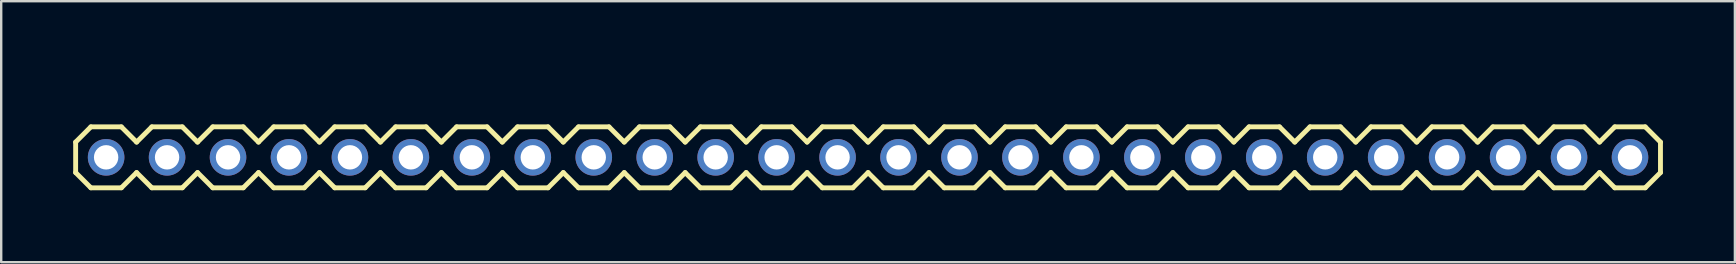
<source format=kicad_pcb>
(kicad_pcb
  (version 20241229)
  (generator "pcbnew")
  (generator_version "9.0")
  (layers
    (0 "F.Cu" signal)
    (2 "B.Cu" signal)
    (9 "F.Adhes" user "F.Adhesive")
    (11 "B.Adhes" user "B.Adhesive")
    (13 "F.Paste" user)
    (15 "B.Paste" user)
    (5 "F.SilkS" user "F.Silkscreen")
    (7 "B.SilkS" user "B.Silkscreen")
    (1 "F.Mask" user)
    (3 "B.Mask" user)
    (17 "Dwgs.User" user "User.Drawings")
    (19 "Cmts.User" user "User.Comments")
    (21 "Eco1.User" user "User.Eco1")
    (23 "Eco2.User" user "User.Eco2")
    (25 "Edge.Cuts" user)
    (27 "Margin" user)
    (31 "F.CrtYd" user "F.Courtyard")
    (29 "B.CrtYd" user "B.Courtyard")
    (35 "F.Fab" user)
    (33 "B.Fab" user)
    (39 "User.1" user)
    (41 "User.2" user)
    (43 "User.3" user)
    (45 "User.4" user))
  (footprint "1X26"
    (layer "F.Cu")
    (at 1.372 3.506)
    (property "Reference" "1X26" (at 1.27 -2.54 0) (layer "Eco1.User") (effects (font (size 1.27 1.27) (thickness 0.127))))
    (attr through_hole)
    (fp_line (start -1.27 -0.635) (end -1.27 0.635) (stroke (width 0.203) (type solid)) (layer "F.SilkS"))
    (fp_line (start -1.27 0.635) (end -0.635 1.27) (stroke (width 0.203) (type solid)) (layer "F.SilkS"))
    (fp_line (start -0.635 -1.27) (end -1.27 -0.635) (stroke (width 0.203) (type solid)) (layer "F.SilkS"))
    (fp_line (start -0.635 -1.27) (end 0.635 -1.27) (stroke (width 0.203) (type solid)) (layer "F.SilkS"))
    (fp_line (start 0.635 -1.27) (end 1.27 -0.635) (stroke (width 0.203) (type solid)) (layer "F.SilkS"))
    (fp_line (start 0.635 1.27) (end -0.635 1.27) (stroke (width 0.203) (type solid)) (layer "F.SilkS"))
    (fp_line (start 1.27 -0.635) (end 1.905 -1.27) (stroke (width 0.203) (type solid)) (layer "F.SilkS"))
    (fp_line (start 1.27 0.635) (end 0.635 1.27) (stroke (width 0.203) (type solid)) (layer "F.SilkS"))
    (fp_line (start 1.905 -1.27) (end 3.175 -1.27) (stroke (width 0.203) (type solid)) (layer "F.SilkS"))
    (fp_line (start 1.905 1.27) (end 1.27 0.635) (stroke (width 0.203) (type solid)) (layer "F.SilkS"))
    (fp_line (start 3.175 -1.27) (end 3.81 -0.635) (stroke (width 0.203) (type solid)) (layer "F.SilkS"))
    (fp_line (start 3.175 1.27) (end 1.905 1.27) (stroke (width 0.203) (type solid)) (layer "F.SilkS"))
    (fp_line (start 3.81 -0.635) (end 4.445 -1.27) (stroke (width 0.203) (type solid)) (layer "F.SilkS"))
    (fp_line (start 3.81 0.635) (end 3.175 1.27) (stroke (width 0.203) (type solid)) (layer "F.SilkS"))
    (fp_line (start 4.445 -1.27) (end 5.715 -1.27) (stroke (width 0.203) (type solid)) (layer "F.SilkS"))
    (fp_line (start 4.445 1.27) (end 3.81 0.635) (stroke (width 0.203) (type solid)) (layer "F.SilkS"))
    (fp_line (start 5.715 -1.27) (end 6.35 -0.635) (stroke (width 0.203) (type solid)) (layer "F.SilkS"))
    (fp_line (start 5.715 1.27) (end 4.445 1.27) (stroke (width 0.203) (type solid)) (layer "F.SilkS"))
    (fp_line (start 6.35 0.635) (end 5.715 1.27) (stroke (width 0.203) (type solid)) (layer "F.SilkS"))
    (fp_line (start 6.35 0.635) (end 6.985 1.27) (stroke (width 0.203) (type solid)) (layer "F.SilkS"))
    (fp_line (start 6.985 -1.27) (end 6.35 -0.635) (stroke (width 0.203) (type solid)) (layer "F.SilkS"))
    (fp_line (start 6.985 -1.27) (end 8.255 -1.27) (stroke (width 0.203) (type solid)) (layer "F.SilkS"))
    (fp_line (start 8.255 -1.27) (end 8.89 -0.635) (stroke (width 0.203) (type solid)) (layer "F.SilkS"))
    (fp_line (start 8.255 1.27) (end 6.985 1.27) (stroke (width 0.203) (type solid)) (layer "F.SilkS"))
    (fp_line (start 8.89 -0.635) (end 9.525 -1.27) (stroke (width 0.203) (type solid)) (layer "F.SilkS"))
    (fp_line (start 8.89 0.635) (end 8.255 1.27) (stroke (width 0.203) (type solid)) (layer "F.SilkS"))
    (fp_line (start 9.525 -1.27) (end 10.795 -1.27) (stroke (width 0.203) (type solid)) (layer "F.SilkS"))
    (fp_line (start 9.525 1.27) (end 8.89 0.635) (stroke (width 0.203) (type solid)) (layer "F.SilkS"))
    (fp_line (start 10.795 -1.27) (end 11.43 -0.635) (stroke (width 0.203) (type solid)) (layer "F.SilkS"))
    (fp_line (start 10.795 1.27) (end 9.525 1.27) (stroke (width 0.203) (type solid)) (layer "F.SilkS"))
    (fp_line (start 11.43 -0.635) (end 12.065 -1.27) (stroke (width 0.203) (type solid)) (layer "F.SilkS"))
    (fp_line (start 11.43 0.635) (end 10.795 1.27) (stroke (width 0.203) (type solid)) (layer "F.SilkS"))
    (fp_line (start 12.065 -1.27) (end 13.335 -1.27) (stroke (width 0.203) (type solid)) (layer "F.SilkS"))
    (fp_line (start 12.065 1.27) (end 11.43 0.635) (stroke (width 0.203) (type solid)) (layer "F.SilkS"))
    (fp_line (start 13.335 -1.27) (end 13.97 -0.635) (stroke (width 0.203) (type solid)) (layer "F.SilkS"))
    (fp_line (start 13.335 1.27) (end 12.065 1.27) (stroke (width 0.203) (type solid)) (layer "F.SilkS"))
    (fp_line (start 13.97 0.635) (end 13.335 1.27) (stroke (width 0.203) (type solid)) (layer "F.SilkS"))
    (fp_line (start 13.97 0.635) (end 14.605 1.27) (stroke (width 0.203) (type solid)) (layer "F.SilkS"))
    (fp_line (start 14.605 -1.27) (end 13.97 -0.635) (stroke (width 0.203) (type solid)) (layer "F.SilkS"))
    (fp_line (start 14.605 -1.27) (end 15.875 -1.27) (stroke (width 0.203) (type solid)) (layer "F.SilkS"))
    (fp_line (start 15.875 -1.27) (end 16.51 -0.635) (stroke (width 0.203) (type solid)) (layer "F.SilkS"))
    (fp_line (start 15.875 1.27) (end 14.605 1.27) (stroke (width 0.203) (type solid)) (layer "F.SilkS"))
    (fp_line (start 16.51 0.635) (end 15.875 1.27) (stroke (width 0.203) (type solid)) (layer "F.SilkS"))
    (fp_line (start 16.51 0.635) (end 17.145 1.27) (stroke (width 0.203) (type solid)) (layer "F.SilkS"))
    (fp_line (start 17.145 -1.27) (end 16.51 -0.635) (stroke (width 0.203) (type solid)) (layer "F.SilkS"))
    (fp_line (start 17.145 -1.27) (end 18.415 -1.27) (stroke (width 0.203) (type solid)) (layer "F.SilkS"))
    (fp_line (start 18.415 -1.27) (end 19.05 -0.635) (stroke (width 0.203) (type solid)) (layer "F.SilkS"))
    (fp_line (start 18.415 1.27) (end 17.145 1.27) (stroke (width 0.203) (type solid)) (layer "F.SilkS"))
    (fp_line (start 19.05 -0.635) (end 19.685 -1.27) (stroke (width 0.203) (type solid)) (layer "F.SilkS"))
    (fp_line (start 19.05 0.635) (end 18.415 1.27) (stroke (width 0.203) (type solid)) (layer "F.SilkS"))
    (fp_line (start 19.685 -1.27) (end 20.955 -1.27) (stroke (width 0.203) (type solid)) (layer "F.SilkS"))
    (fp_line (start 19.685 1.27) (end 19.05 0.635) (stroke (width 0.203) (type solid)) (layer "F.SilkS"))
    (fp_line (start 20.955 -1.27) (end 21.59 -0.635) (stroke (width 0.203) (type solid)) (layer "F.SilkS"))
    (fp_line (start 20.955 1.27) (end 19.685 1.27) (stroke (width 0.203) (type solid)) (layer "F.SilkS"))
    (fp_line (start 21.59 -0.635) (end 22.225 -1.27) (stroke (width 0.203) (type solid)) (layer "F.SilkS"))
    (fp_line (start 21.59 0.635) (end 20.955 1.27) (stroke (width 0.203) (type solid)) (layer "F.SilkS"))
    (fp_line (start 22.225 -1.27) (end 23.495 -1.27) (stroke (width 0.203) (type solid)) (layer "F.SilkS"))
    (fp_line (start 22.225 1.27) (end 21.59 0.635) (stroke (width 0.203) (type solid)) (layer "F.SilkS"))
    (fp_line (start 23.495 -1.27) (end 24.13 -0.635) (stroke (width 0.203) (type solid)) (layer "F.SilkS"))
    (fp_line (start 23.495 1.27) (end 22.225 1.27) (stroke (width 0.203) (type solid)) (layer "F.SilkS"))
    (fp_line (start 24.13 0.635) (end 23.495 1.27) (stroke (width 0.203) (type solid)) (layer "F.SilkS"))
    (fp_line (start 24.13 0.635) (end 24.765 1.27) (stroke (width 0.203) (type solid)) (layer "F.SilkS"))
    (fp_line (start 24.765 -1.27) (end 24.13 -0.635) (stroke (width 0.203) (type solid)) (layer "F.SilkS"))
    (fp_line (start 24.765 -1.27) (end 26.035 -1.27) (stroke (width 0.203) (type solid)) (layer "F.SilkS"))
    (fp_line (start 26.035 -1.27) (end 26.67 -0.635) (stroke (width 0.203) (type solid)) (layer "F.SilkS"))
    (fp_line (start 26.035 1.27) (end 24.765 1.27) (stroke (width 0.203) (type solid)) (layer "F.SilkS"))
    (fp_line (start 26.67 -0.635) (end 27.305 -1.27) (stroke (width 0.203) (type solid)) (layer "F.SilkS"))
    (fp_line (start 26.67 0.635) (end 26.035 1.27) (stroke (width 0.203) (type solid)) (layer "F.SilkS"))
    (fp_line (start 27.305 -1.27) (end 28.575 -1.27) (stroke (width 0.203) (type solid)) (layer "F.SilkS"))
    (fp_line (start 27.305 1.27) (end 26.67 0.635) (stroke (width 0.203) (type solid)) (layer "F.SilkS"))
    (fp_line (start 28.575 -1.27) (end 29.21 -0.635) (stroke (width 0.203) (type solid)) (layer "F.SilkS"))
    (fp_line (start 28.575 1.27) (end 27.305 1.27) (stroke (width 0.203) (type solid)) (layer "F.SilkS"))
    (fp_line (start 29.21 -0.635) (end 29.845 -1.27) (stroke (width 0.203) (type solid)) (layer "F.SilkS"))
    (fp_line (start 29.21 0.635) (end 28.575 1.27) (stroke (width 0.203) (type solid)) (layer "F.SilkS"))
    (fp_line (start 29.845 -1.27) (end 31.115 -1.27) (stroke (width 0.203) (type solid)) (layer "F.SilkS"))
    (fp_line (start 29.845 1.27) (end 29.21 0.635) (stroke (width 0.203) (type solid)) (layer "F.SilkS"))
    (fp_line (start 31.115 -1.27) (end 31.75 -0.635) (stroke (width 0.203) (type solid)) (layer "F.SilkS"))
    (fp_line (start 31.115 1.27) (end 29.845 1.27) (stroke (width 0.203) (type solid)) (layer "F.SilkS"))
    (fp_line (start 31.75 0.635) (end 31.115 1.27) (stroke (width 0.203) (type solid)) (layer "F.SilkS"))
    (fp_line (start 31.75 0.635) (end 32.385 1.27) (stroke (width 0.203) (type solid)) (layer "F.SilkS"))
    (fp_line (start 32.385 -1.27) (end 31.75 -0.635) (stroke (width 0.203) (type solid)) (layer "F.SilkS"))
    (fp_line (start 32.385 -1.27) (end 33.655 -1.27) (stroke (width 0.203) (type solid)) (layer "F.SilkS"))
    (fp_line (start 33.655 -1.27) (end 34.29 -0.635) (stroke (width 0.203) (type solid)) (layer "F.SilkS"))
    (fp_line (start 33.655 1.27) (end 32.385 1.27) (stroke (width 0.203) (type solid)) (layer "F.SilkS"))
    (fp_line (start 34.29 0.635) (end 33.655 1.27) (stroke (width 0.203) (type solid)) (layer "F.SilkS"))
    (fp_line (start 34.29 0.635) (end 34.925 1.27) (stroke (width 0.203) (type solid)) (layer "F.SilkS"))
    (fp_line (start 34.925 -1.27) (end 34.29 -0.635) (stroke (width 0.203) (type solid)) (layer "F.SilkS"))
    (fp_line (start 34.925 -1.27) (end 36.195 -1.27) (stroke (width 0.203) (type solid)) (layer "F.SilkS"))
    (fp_line (start 36.195 -1.27) (end 36.83 -0.635) (stroke (width 0.203) (type solid)) (layer "F.SilkS"))
    (fp_line (start 36.195 1.27) (end 34.925 1.27) (stroke (width 0.203) (type solid)) (layer "F.SilkS"))
    (fp_line (start 36.83 0.635) (end 36.195 1.27) (stroke (width 0.203) (type solid)) (layer "F.SilkS"))
    (fp_line (start 36.83 0.635) (end 37.465 1.27) (stroke (width 0.203) (type solid)) (layer "F.SilkS"))
    (fp_line (start 37.465 -1.27) (end 36.83 -0.635) (stroke (width 0.203) (type solid)) (layer "F.SilkS"))
    (fp_line (start 37.465 -1.27) (end 38.735 -1.27) (stroke (width 0.203) (type solid)) (layer "F.SilkS"))
    (fp_line (start 38.735 -1.27) (end 39.37 -0.635) (stroke (width 0.203) (type solid)) (layer "F.SilkS"))
    (fp_line (start 38.735 1.27) (end 37.465 1.27) (stroke (width 0.203) (type solid)) (layer "F.SilkS"))
    (fp_line (start 39.37 0.635) (end 38.735 1.27) (stroke (width 0.203) (type solid)) (layer "F.SilkS"))
    (fp_line (start 39.37 0.635) (end 40.005 1.27) (stroke (width 0.203) (type solid)) (layer "F.SilkS"))
    (fp_line (start 40.005 -1.27) (end 39.37 -0.635) (stroke (width 0.203) (type solid)) (layer "F.SilkS"))
    (fp_line (start 40.005 -1.27) (end 41.275 -1.27) (stroke (width 0.203) (type solid)) (layer "F.SilkS"))
    (fp_line (start 41.275 -1.27) (end 41.91 -0.635) (stroke (width 0.203) (type solid)) (layer "F.SilkS"))
    (fp_line (start 41.275 1.27) (end 40.005 1.27) (stroke (width 0.203) (type solid)) (layer "F.SilkS"))
    (fp_line (start 41.91 0.635) (end 41.275 1.27) (stroke (width 0.203) (type solid)) (layer "F.SilkS"))
    (fp_line (start 41.91 0.635) (end 42.545 1.27) (stroke (width 0.203) (type solid)) (layer "F.SilkS"))
    (fp_line (start 42.545 -1.27) (end 41.91 -0.635) (stroke (width 0.203) (type solid)) (layer "F.SilkS"))
    (fp_line (start 42.545 -1.27) (end 43.815 -1.27) (stroke (width 0.203) (type solid)) (layer "F.SilkS"))
    (fp_line (start 43.815 -1.27) (end 44.45 -0.635) (stroke (width 0.203) (type solid)) (layer "F.SilkS"))
    (fp_line (start 43.815 1.27) (end 42.545 1.27) (stroke (width 0.203) (type solid)) (layer "F.SilkS"))
    (fp_line (start 44.45 0.635) (end 43.815 1.27) (stroke (width 0.203) (type solid)) (layer "F.SilkS"))
    (fp_line (start 44.45 0.635) (end 45.085 1.27) (stroke (width 0.203) (type solid)) (layer "F.SilkS"))
    (fp_line (start 45.085 -1.27) (end 44.45 -0.635) (stroke (width 0.203) (type solid)) (layer "F.SilkS"))
    (fp_line (start 45.085 -1.27) (end 46.355 -1.27) (stroke (width 0.203) (type solid)) (layer "F.SilkS"))
    (fp_line (start 46.355 -1.27) (end 46.99 -0.635) (stroke (width 0.203) (type solid)) (layer "F.SilkS"))
    (fp_line (start 46.355 1.27) (end 45.085 1.27) (stroke (width 0.203) (type solid)) (layer "F.SilkS"))
    (fp_line (start 46.99 0.635) (end 46.355 1.27) (stroke (width 0.203) (type solid)) (layer "F.SilkS"))
    (fp_line (start 46.99 0.635) (end 47.625 1.27) (stroke (width 0.203) (type solid)) (layer "F.SilkS"))
    (fp_line (start 47.625 -1.27) (end 46.99 -0.635) (stroke (width 0.203) (type solid)) (layer "F.SilkS"))
    (fp_line (start 47.625 -1.27) (end 48.895 -1.27) (stroke (width 0.203) (type solid)) (layer "F.SilkS"))
    (fp_line (start 48.895 -1.27) (end 49.53 -0.635) (stroke (width 0.203) (type solid)) (layer "F.SilkS"))
    (fp_line (start 48.895 1.27) (end 47.625 1.27) (stroke (width 0.203) (type solid)) (layer "F.SilkS"))
    (fp_line (start 49.53 0.635) (end 48.895 1.27) (stroke (width 0.203) (type solid)) (layer "F.SilkS"))
    (fp_line (start 49.53 0.635) (end 50.165 1.27) (stroke (width 0.203) (type solid)) (layer "F.SilkS"))
    (fp_line (start 50.165 -1.27) (end 49.53 -0.635) (stroke (width 0.203) (type solid)) (layer "F.SilkS"))
    (fp_line (start 50.165 -1.27) (end 51.435 -1.27) (stroke (width 0.203) (type solid)) (layer "F.SilkS"))
    (fp_line (start 51.435 -1.27) (end 52.07 -0.635) (stroke (width 0.203) (type solid)) (layer "F.SilkS"))
    (fp_line (start 51.435 1.27) (end 50.165 1.27) (stroke (width 0.203) (type solid)) (layer "F.SilkS"))
    (fp_line (start 52.07 0.635) (end 51.435 1.27) (stroke (width 0.203) (type solid)) (layer "F.SilkS"))
    (fp_line (start 52.07 0.635) (end 52.705 1.27) (stroke (width 0.203) (type solid)) (layer "F.SilkS"))
    (fp_line (start 52.705 -1.27) (end 52.07 -0.635) (stroke (width 0.203) (type solid)) (layer "F.SilkS"))
    (fp_line (start 52.705 -1.27) (end 53.975 -1.27) (stroke (width 0.203) (type solid)) (layer "F.SilkS"))
    (fp_line (start 53.975 -1.27) (end 54.61 -0.635) (stroke (width 0.203) (type solid)) (layer "F.SilkS"))
    (fp_line (start 53.975 1.27) (end 52.705 1.27) (stroke (width 0.203) (type solid)) (layer "F.SilkS"))
    (fp_line (start 54.61 -0.635) (end 55.245 -1.27) (stroke (width 0.203) (type solid)) (layer "F.SilkS"))
    (fp_line (start 54.61 0.635) (end 53.975 1.27) (stroke (width 0.203) (type solid)) (layer "F.SilkS"))
    (fp_line (start 55.245 -1.27) (end 56.515 -1.27) (stroke (width 0.203) (type solid)) (layer "F.SilkS"))
    (fp_line (start 55.245 1.27) (end 54.61 0.635) (stroke (width 0.203) (type solid)) (layer "F.SilkS"))
    (fp_line (start 56.515 -1.27) (end 57.15 -0.635) (stroke (width 0.203) (type solid)) (layer "F.SilkS"))
    (fp_line (start 56.515 1.27) (end 55.245 1.27) (stroke (width 0.203) (type solid)) (layer "F.SilkS"))
    (fp_line (start 57.15 -0.635) (end 57.785 -1.27) (stroke (width 0.203) (type solid)) (layer "F.SilkS"))
    (fp_line (start 57.15 0.635) (end 56.515 1.27) (stroke (width 0.203) (type solid)) (layer "F.SilkS"))
    (fp_line (start 57.785 -1.27) (end 59.055 -1.27) (stroke (width 0.203) (type solid)) (layer "F.SilkS"))
    (fp_line (start 57.785 1.27) (end 57.15 0.635) (stroke (width 0.203) (type solid)) (layer "F.SilkS"))
    (fp_line (start 59.055 -1.27) (end 59.69 -0.635) (stroke (width 0.203) (type solid)) (layer "F.SilkS"))
    (fp_line (start 59.055 1.27) (end 57.785 1.27) (stroke (width 0.203) (type solid)) (layer "F.SilkS"))
    (fp_line (start 59.69 -0.635) (end 60.325 -1.27) (stroke (width 0.203) (type solid)) (layer "F.SilkS"))
    (fp_line (start 59.69 0.635) (end 59.055 1.27) (stroke (width 0.203) (type solid)) (layer "F.SilkS"))
    (fp_line (start 60.325 -1.27) (end 61.595 -1.27) (stroke (width 0.203) (type solid)) (layer "F.SilkS"))
    (fp_line (start 60.325 1.27) (end 59.69 0.635) (stroke (width 0.203) (type solid)) (layer "F.SilkS"))
    (fp_line (start 61.595 -1.27) (end 62.23 -0.635) (stroke (width 0.203) (type solid)) (layer "F.SilkS"))
    (fp_line (start 61.595 1.27) (end 60.325 1.27) (stroke (width 0.203) (type solid)) (layer "F.SilkS"))
    (fp_line (start 62.23 -0.635) (end 62.865 -1.27) (stroke (width 0.203) (type solid)) (layer "F.SilkS"))
    (fp_line (start 62.23 0.635) (end 61.595 1.27) (stroke (width 0.203) (type solid)) (layer "F.SilkS"))
    (fp_line (start 62.865 -1.27) (end 64.135 -1.27) (stroke (width 0.203) (type solid)) (layer "F.SilkS"))
    (fp_line (start 62.865 1.27) (end 62.23 0.635) (stroke (width 0.203) (type solid)) (layer "F.SilkS"))
    (fp_line (start 64.135 -1.27) (end 64.77 -0.635) (stroke (width 0.203) (type solid)) (layer "F.SilkS"))
    (fp_line (start 64.135 1.27) (end 62.865 1.27) (stroke (width 0.203) (type solid)) (layer "F.SilkS"))
    (fp_line (start 64.77 -0.635) (end 64.77 0.635) (stroke (width 0.203) (type solid)) (layer "F.SilkS"))
    (fp_line (start 64.77 0.635) (end 64.135 1.27) (stroke (width 0.203) (type solid)) (layer "F.SilkS"))
    (pad "1" thru_hole oval (at 0 0 90) (size 1.524 1.524) (drill 1.016) (layers "*.Cu" "*.Mask"))
    (pad "2" thru_hole oval (at 2.54 0 90) (size 1.524 1.524) (drill 1.016) (layers "*.Cu" "*.Mask"))
    (pad "3" thru_hole oval (at 5.08 0 90) (size 1.524 1.524) (drill 1.016) (layers "*.Cu" "*.Mask"))
    (pad "4" thru_hole oval (at 7.62 0 90) (size 1.524 1.524) (drill 1.016) (layers "*.Cu" "*.Mask"))
    (pad "5" thru_hole oval (at 10.16 0 90) (size 1.524 1.524) (drill 1.016) (layers "*.Cu" "*.Mask"))
    (pad "6" thru_hole oval (at 12.7 0 90) (size 1.524 1.524) (drill 1.016) (layers "*.Cu" "*.Mask"))
    (pad "7" thru_hole oval (at 15.24 0 90) (size 1.524 1.524) (drill 1.016) (layers "*.Cu" "*.Mask"))
    (pad "8" thru_hole oval (at 17.78 0 90) (size 1.524 1.524) (drill 1.016) (layers "*.Cu" "*.Mask"))
    (pad "9" thru_hole oval (at 20.32 0 90) (size 1.524 1.524) (drill 1.016) (layers "*.Cu" "*.Mask"))
    (pad "10" thru_hole oval (at 22.86 0 90) (size 1.524 1.524) (drill 1.016) (layers "*.Cu" "*.Mask"))
    (pad "11" thru_hole oval (at 25.4 0 90) (size 1.524 1.524) (drill 1.016) (layers "*.Cu" "*.Mask"))
    (pad "12" thru_hole oval (at 27.94 0 90) (size 1.524 1.524) (drill 1.016) (layers "*.Cu" "*.Mask"))
    (pad "13" thru_hole oval (at 30.48 0 90) (size 1.524 1.524) (drill 1.016) (layers "*.Cu" "*.Mask"))
    (pad "14" thru_hole oval (at 33.02 0 90) (size 1.524 1.524) (drill 1.016) (layers "*.Cu" "*.Mask"))
    (pad "15" thru_hole oval (at 35.56 0 90) (size 1.524 1.524) (drill 1.016) (layers "*.Cu" "*.Mask"))
    (pad "16" thru_hole oval (at 38.1 0 90) (size 1.524 1.524) (drill 1.016) (layers "*.Cu" "*.Mask"))
    (pad "17" thru_hole oval (at 40.64 0 90) (size 1.524 1.524) (drill 1.016) (layers "*.Cu" "*.Mask"))
    (pad "18" thru_hole oval (at 43.18 0 90) (size 1.524 1.524) (drill 1.016) (layers "*.Cu" "*.Mask"))
    (pad "19" thru_hole oval (at 45.72 0 90) (size 1.524 1.524) (drill 1.016) (layers "*.Cu" "*.Mask"))
    (pad "20" thru_hole oval (at 48.26 0 90) (size 1.524 1.524) (drill 1.016) (layers "*.Cu" "*.Mask"))
    (pad "21" thru_hole oval (at 50.8 0 90) (size 1.524 1.524) (drill 1.016) (layers "*.Cu" "*.Mask"))
    (pad "22" thru_hole oval (at 53.34 0 90) (size 1.524 1.524) (drill 1.016) (layers "*.Cu" "*.Mask"))
    (pad "23" thru_hole oval (at 55.88 0 90) (size 1.524 1.524) (drill 1.016) (layers "*.Cu" "*.Mask"))
    (pad "24" thru_hole oval (at 58.42 0 90) (size 1.524 1.524) (drill 1.016) (layers "*.Cu" "*.Mask"))
    (pad "25" thru_hole oval (at 60.96 0 90) (size 1.524 1.524) (drill 1.016) (layers "*.Cu" "*.Mask"))
    (pad "26" thru_hole oval (at 63.5 0 90) (size 1.524 1.524) (drill 1.016) (layers "*.Cu" "*.Mask")))
  (gr_rect
    (start -3 -3)
    (end 69.243 7.877)
    (stroke (width 0.1) (type default))
    (fill no)
    (layer "Edge.Cuts")))
</source>
